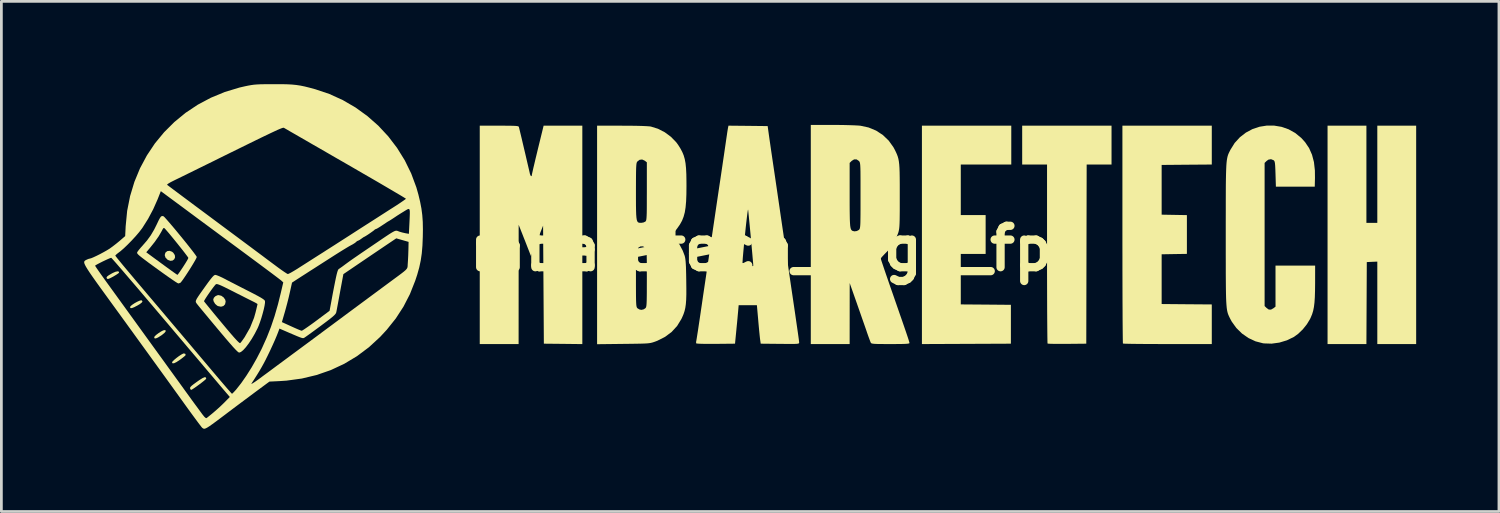
<source format=kicad_pcb>
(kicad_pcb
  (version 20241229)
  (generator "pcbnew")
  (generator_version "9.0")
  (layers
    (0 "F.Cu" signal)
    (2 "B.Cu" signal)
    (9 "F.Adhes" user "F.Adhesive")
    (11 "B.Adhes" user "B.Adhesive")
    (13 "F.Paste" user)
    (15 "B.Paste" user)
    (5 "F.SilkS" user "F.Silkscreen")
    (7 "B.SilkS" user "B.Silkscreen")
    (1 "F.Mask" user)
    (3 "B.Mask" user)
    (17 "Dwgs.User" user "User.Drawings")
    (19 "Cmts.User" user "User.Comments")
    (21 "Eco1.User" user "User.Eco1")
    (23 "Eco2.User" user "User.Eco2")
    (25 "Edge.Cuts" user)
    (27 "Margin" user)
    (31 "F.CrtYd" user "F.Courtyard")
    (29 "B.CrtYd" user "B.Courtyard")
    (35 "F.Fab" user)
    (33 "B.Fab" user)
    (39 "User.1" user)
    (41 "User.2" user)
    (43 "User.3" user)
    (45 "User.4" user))
  (footprint "mbaretech_logo_fp"
    (layer "F.Cu")
    (at 24.529 5.954)
    (property "Reference" "mbaretech_logo_fp" (at 0 0 0) (layer "F.SilkS") (effects (font (size 1.5 1.5) (thickness 0.3))))
    (attr board_only exclude_from_pos_files exclude_from_bom)
    (fp_poly (pts (xy -21.574 2.97) (xy -21.577 3.007) (xy -21.623 3.063) (xy -21.709 3.133) (xy -21.738 3.153) (xy -21.854 3.226) (xy -21.933 3.26) (xy -21.978 3.257) (xy -21.992 3.217) (xy -21.97 3.179) (xy -21.911 3.125) (xy -21.832 3.066) (xy -21.747 3.011) (xy -21.67 2.971) (xy -21.617 2.957)) (stroke (width 0) (type solid)) (fill yes) (layer "F.SilkS"))
    (fp_poly (pts (xy -21.345 0.118) (xy -21.301 0.154) (xy -21.245 0.238) (xy -21.235 0.321) (xy -21.264 0.39) (xy -21.322 0.436) (xy -21.401 0.448) (xy -21.493 0.416) (xy -21.509 0.405) (xy -21.583 0.329) (xy -21.61 0.241) (xy -21.587 0.156) (xy -21.584 0.151) (xy -21.519 0.096) (xy -21.434 0.085)) (stroke (width 0) (type solid)) (fill yes) (layer "F.SilkS"))
    (fp_poly (pts (xy -22.45 1.879) (xy -22.416 1.909) (xy -22.435 1.953) (xy -22.508 2.013) (xy -22.599 2.067) (xy -22.719 2.129) (xy -22.8 2.16) (xy -22.846 2.162) (xy -22.864 2.134) (xy -22.865 2.119) (xy -22.842 2.084) (xy -22.781 2.035) (xy -22.699 1.981) (xy -22.608 1.931) (xy -22.526 1.894) (xy -22.465 1.877)) (stroke (width 0) (type solid)) (fill yes) (layer "F.SilkS"))
    (fp_poly (pts (xy -19.56 1.713) (xy -19.475 1.774) (xy -19.417 1.857) (xy -19.402 1.927) (xy -19.424 2.024) (xy -19.484 2.086) (xy -19.571 2.11) (xy -19.674 2.089) (xy -19.709 2.073) (xy -19.784 2.007) (xy -19.837 1.918) (xy -19.852 1.851) (xy -19.828 1.784) (xy -19.767 1.725) (xy -19.687 1.692) (xy -19.658 1.69)) (stroke (width 0) (type solid)) (fill yes) (layer "F.SilkS"))
    (fp_poly (pts (xy -23.273 0.838) (xy -23.265 0.874) (xy -23.266 0.877) (xy -23.294 0.904) (xy -23.36 0.949) (xy -23.45 1.003) (xy -23.475 1.018) (xy -23.578 1.072) (xy -23.644 1.1) (xy -23.684 1.104) (xy -23.706 1.089) (xy -23.719 1.055) (xy -23.699 1.018) (xy -23.639 0.971) (xy -23.535 0.91) (xy -23.494 0.888) (xy -23.397 0.845) (xy -23.32 0.828)) (stroke (width 0) (type solid)) (fill yes) (layer "F.SilkS"))
    (fp_poly (pts (xy -20.864 3.818) (xy -20.852 3.857) (xy -20.861 3.876) (xy -20.892 3.905) (xy -20.956 3.957) (xy -21.041 4.021) (xy -21.062 4.036) (xy -21.186 4.118) (xy -21.275 4.16) (xy -21.329 4.161) (xy -21.345 4.126) (xy -21.323 4.09) (xy -21.266 4.035) (xy -21.188 3.97) (xy -21.1 3.904) (xy -21.015 3.848) (xy -20.948 3.812) (xy -20.917 3.803)) (stroke (width 0) (type solid)) (fill yes) (layer "F.SilkS"))
    (fp_poly (pts (xy -20.121 4.671) (xy -20.106 4.713) (xy -20.106 4.716) (xy -20.127 4.743) (xy -20.184 4.793) (xy -20.266 4.858) (xy -20.361 4.93) (xy -20.458 5.001) (xy -20.547 5.063) (xy -20.616 5.107) (xy -20.655 5.125) (xy -20.656 5.125) (xy -20.677 5.103) (xy -20.689 5.078) (xy -20.692 5.05) (xy -20.676 5.018) (xy -20.634 4.975) (xy -20.561 4.917) (xy -20.451 4.837) (xy -20.355 4.77) (xy -20.241 4.698) (xy -20.165 4.665)) (stroke (width 0) (type solid)) (fill yes) (layer "F.SilkS"))
    (fp_poly (pts (xy 9.067 -3.745) (xy 9.067 -3.041) (xy 8.152 -3.041) (xy 7.237 -3.041) (xy 7.237 -2.126) (xy 7.237 -1.211) (xy 7.688 -1.211) (xy 8.138 -1.211) (xy 8.138 -0.507) (xy 8.138 0.197) (xy 7.688 0.197) (xy 7.237 0.197) (xy 7.237 1.112) (xy 7.237 2.027) (xy 8.145 2.034) (xy 9.053 2.042) (xy 9.053 2.746) (xy 9.053 3.45) (xy 7.441 3.457) (xy 5.829 3.464) (xy 5.829 -0.493) (xy 5.829 -4.449) (xy 7.448 -4.449) (xy 9.067 -4.449)) (stroke (width 0) (type solid)) (fill yes) (layer "F.SilkS"))
    (fp_poly (pts (xy 21.936 -2.689) (xy 21.936 -0.929) (xy 22.133 -0.929) (xy 22.331 -0.929) (xy 22.331 -2.689) (xy 22.331 -4.449) (xy 23.035 -4.449) (xy 23.739 -4.449) (xy 23.739 -0.493) (xy 23.739 3.464) (xy 23.035 3.464) (xy 22.331 3.464) (xy 22.331 1.97) (xy 22.331 0.476) (xy 22.141 0.484) (xy 21.95 0.493) (xy 21.943 1.978) (xy 21.936 3.464) (xy 21.232 3.464) (xy 20.528 3.464) (xy 20.528 -0.493) (xy 20.528 -4.449) (xy 21.232 -4.449) (xy 21.936 -4.449)) (stroke (width 0) (type solid)) (fill yes) (layer "F.SilkS"))
    (fp_poly (pts (xy 12.7 -3.745) (xy 12.7 -3.041) (xy 12.25 -3.041) (xy 11.799 -3.041) (xy 11.792 0.204) (xy 11.785 3.45) (xy 11.093 3.457) (xy 10.901 3.458) (xy 10.728 3.458) (xy 10.582 3.456) (xy 10.47 3.453) (xy 10.401 3.449) (xy 10.382 3.445) (xy 10.379 3.415) (xy 10.377 3.332) (xy 10.375 3.2) (xy 10.373 3.022) (xy 10.371 2.802) (xy 10.369 2.544) (xy 10.367 2.25) (xy 10.366 1.925) (xy 10.365 1.572) (xy 10.364 1.195) (xy 10.363 0.797) (xy 10.363 0.381) (xy 10.363 0.192) (xy 10.363 -3.041) (xy 9.912 -3.041) (xy 9.462 -3.041) (xy 9.462 -3.745) (xy 9.462 -4.449) (xy 11.081 -4.449) (xy 12.7 -4.449)) (stroke (width 0) (type solid)) (fill yes) (layer "F.SilkS"))
    (fp_poly (pts (xy 16.333 -3.746) (xy 16.333 -3.042) (xy 15.424 -3.035) (xy 14.516 -3.027) (xy 14.516 -2.126) (xy 14.516 -1.225) (xy 14.974 -1.217) (xy 15.431 -1.209) (xy 15.431 -0.507) (xy 15.431 0.196) (xy 14.974 0.203) (xy 14.516 0.211) (xy 14.516 1.112) (xy 14.516 2.013) (xy 15.424 2.021) (xy 16.333 2.028) (xy 16.333 2.746) (xy 16.333 3.464) (xy 14.732 3.464) (xy 14.437 3.463) (xy 14.159 3.462) (xy 13.903 3.461) (xy 13.674 3.459) (xy 13.477 3.457) (xy 13.318 3.454) (xy 13.201 3.451) (xy 13.131 3.447) (xy 13.113 3.445) (xy 13.111 3.415) (xy 13.109 3.332) (xy 13.107 3.199) (xy 13.105 3.02) (xy 13.103 2.796) (xy 13.101 2.533) (xy 13.1 2.233) (xy 13.098 1.898) (xy 13.097 1.533) (xy 13.096 1.141) (xy 13.095 0.724) (xy 13.095 0.287) (xy 13.094 -0.169) (xy 13.094 -0.512) (xy 13.094 -4.449) (xy 14.713 -4.449) (xy 16.333 -4.449)) (stroke (width 0) (type solid)) (fill yes) (layer "F.SilkS"))
    (fp_poly (pts (xy -9.274 -4.449) (xy -9.106 -4.448) (xy -8.981 -4.445) (xy -8.893 -4.441) (xy -8.835 -4.435) (xy -8.8 -4.426) (xy -8.782 -4.414) (xy -8.775 -4.4) (xy -8.765 -4.359) (xy -8.744 -4.272) (xy -8.714 -4.148) (xy -8.677 -3.994) (xy -8.636 -3.819) (xy -8.592 -3.632) (xy -8.547 -3.442) (xy -8.504 -3.256) (xy -8.464 -3.084) (xy -8.429 -2.934) (xy -8.401 -2.815) (xy -8.383 -2.735) (xy -8.378 -2.71) (xy -8.357 -2.649) (xy -8.331 -2.619) (xy -8.312 -2.629) (xy -8.307 -2.66) (xy -8.301 -2.696) (xy -8.282 -2.781) (xy -8.254 -2.906) (xy -8.216 -3.065) (xy -8.172 -3.252) (xy -8.122 -3.458) (xy -8.094 -3.575) (xy -7.88 -4.449) (xy -7.178 -4.449) (xy -6.477 -4.449) (xy -6.477 -0.492) (xy -6.477 3.465) (xy -7.174 3.457) (xy -7.871 3.45) (xy -7.885 1.311) (xy -7.899 -0.827) (xy -8.066 -0.406) (xy -8.128 -0.252) (xy -8.186 -0.106) (xy -8.237 0.02) (xy -8.275 0.112) (xy -8.287 0.141) (xy -8.342 0.268) (xy -8.407 0.099) (xy -8.442 0.01) (xy -8.491 -0.116) (xy -8.549 -0.265) (xy -8.611 -0.42) (xy -8.628 -0.465) (xy -8.784 -0.859) (xy -8.785 1.302) (xy -8.786 3.464) (xy -9.49 3.464) (xy -10.194 3.464) (xy -10.194 -0.493) (xy -10.194 -4.449) (xy -9.492 -4.449)) (stroke (width 0) (type solid)) (fill yes) (layer "F.SilkS"))
    (fp_poly (pts (xy -21.678 -1.175) (xy -21.659 -1.17) (xy -21.629 -1.145) (xy -21.569 -1.081) (xy -21.485 -0.986) (xy -21.382 -0.866) (xy -21.264 -0.727) (xy -21.139 -0.576) (xy -21.01 -0.419) (xy -20.882 -0.262) (xy -20.762 -0.112) (xy -20.655 0.024) (xy -20.564 0.141) (xy -20.497 0.232) (xy -20.457 0.291) (xy -20.449 0.308) (xy -20.462 0.345) (xy -20.5 0.418) (xy -20.559 0.52) (xy -20.632 0.641) (xy -20.713 0.771) (xy -20.797 0.901) (xy -20.878 1.023) (xy -20.949 1.127) (xy -21.006 1.203) (xy -21.041 1.243) (xy -21.044 1.245) (xy -21.102 1.265) (xy -21.12 1.266) (xy -21.153 1.25) (xy -21.225 1.205) (xy -21.33 1.134) (xy -21.462 1.043) (xy -21.615 0.935) (xy -21.783 0.815) (xy -21.824 0.785) (xy -22.036 0.631) (xy -22.206 0.507) (xy -22.339 0.407) (xy -22.44 0.33) (xy -22.513 0.272) (xy -22.562 0.229) (xy -22.592 0.197) (xy -22.607 0.173) (xy -22.612 0.153) (xy -22.612 0.15) (xy -22.606 0.138) (xy -22.279 0.138) (xy -21.961 0.372) (xy -21.725 0.545) (xy -21.532 0.686) (xy -21.38 0.796) (xy -21.268 0.876) (xy -21.194 0.928) (xy -21.154 0.953) (xy -21.148 0.956) (xy -21.128 0.934) (xy -21.084 0.874) (xy -21.022 0.784) (xy -20.949 0.675) (xy -20.944 0.667) (xy -20.871 0.553) (xy -20.81 0.453) (xy -20.769 0.38) (xy -20.754 0.342) (xy -20.754 0.341) (xy -20.771 0.312) (xy -20.818 0.248) (xy -20.889 0.154) (xy -20.978 0.04) (xy -21.08 -0.088) (xy -21.188 -0.223) (xy -21.296 -0.356) (xy -21.399 -0.481) (xy -21.49 -0.59) (xy -21.564 -0.675) (xy -21.6 -0.715) (xy -21.629 -0.741) (xy -21.652 -0.741) (xy -21.679 -0.707) (xy -21.72 -0.63) (xy -21.726 -0.617) (xy -21.83 -0.44) (xy -21.972 -0.237) (xy -22.147 -0.018) (xy -22.155 -0.009) (xy -22.279 0.138) (xy -22.606 0.138) (xy -22.594 0.114) (xy -22.545 0.049) (xy -22.474 -0.036) (xy -22.421 -0.094) (xy -22.254 -0.287) (xy -22.116 -0.476) (xy -21.994 -0.682) (xy -21.892 -0.887) (xy -21.83 -1.018) (xy -21.783 -1.104) (xy -21.747 -1.154) (xy -21.713 -1.175)) (stroke (width 0) (type solid)) (fill yes) (layer "F.SilkS"))
    (fp_poly (pts (xy 18.594 -4.452) (xy 18.859 -4.408) (xy 19.115 -4.319) (xy 19.356 -4.185) (xy 19.576 -4.005) (xy 19.715 -3.851) (xy 19.86 -3.635) (xy 19.965 -3.397) (xy 20.035 -3.13) (xy 20.069 -2.828) (xy 20.072 -2.559) (xy 20.064 -2.239) (xy 19.36 -2.239) (xy 18.656 -2.239) (xy 18.642 -2.699) (xy 18.636 -2.871) (xy 18.63 -2.997) (xy 18.622 -3.083) (xy 18.612 -3.139) (xy 18.597 -3.173) (xy 18.578 -3.195) (xy 18.573 -3.198) (xy 18.48 -3.235) (xy 18.385 -3.219) (xy 18.317 -3.169) (xy 18.247 -3.1) (xy 18.247 -0.507) (xy 18.247 2.086) (xy 18.317 2.155) (xy 18.397 2.213) (xy 18.478 2.216) (xy 18.567 2.166) (xy 18.567 2.166) (xy 18.642 2.108) (xy 18.642 1.364) (xy 18.642 0.62) (xy 19.36 0.62) (xy 20.078 0.62) (xy 20.077 1.26) (xy 20.074 1.539) (xy 20.067 1.769) (xy 20.054 1.961) (xy 20.034 2.121) (xy 20.006 2.26) (xy 19.968 2.384) (xy 19.919 2.502) (xy 19.894 2.556) (xy 19.779 2.746) (xy 19.631 2.931) (xy 19.464 3.092) (xy 19.309 3.205) (xy 19.056 3.328) (xy 18.781 3.411) (xy 18.499 3.449) (xy 18.225 3.44) (xy 18.187 3.435) (xy 17.918 3.365) (xy 17.663 3.246) (xy 17.428 3.083) (xy 17.223 2.882) (xy 17.056 2.65) (xy 17.008 2.562) (xy 16.98 2.507) (xy 16.956 2.456) (xy 16.934 2.407) (xy 16.915 2.355) (xy 16.899 2.297) (xy 16.885 2.229) (xy 16.874 2.147) (xy 16.865 2.048) (xy 16.857 1.928) (xy 16.851 1.783) (xy 16.847 1.609) (xy 16.844 1.404) (xy 16.842 1.163) (xy 16.84 0.882) (xy 16.84 0.559) (xy 16.839 0.188) (xy 16.839 -0.233) (xy 16.839 -0.507) (xy 16.839 -0.959) (xy 16.84 -1.359) (xy 16.84 -1.71) (xy 16.841 -2.016) (xy 16.842 -2.28) (xy 16.845 -2.506) (xy 16.849 -2.698) (xy 16.854 -2.859) (xy 16.86 -2.994) (xy 16.868 -3.105) (xy 16.878 -3.196) (xy 16.891 -3.272) (xy 16.905 -3.336) (xy 16.922 -3.391) (xy 16.942 -3.441) (xy 16.965 -3.49) (xy 16.991 -3.541) (xy 17.007 -3.574) (xy 17.162 -3.823) (xy 17.352 -4.031) (xy 17.569 -4.199) (xy 17.807 -4.326) (xy 18.062 -4.411) (xy 18.326 -4.453)) (stroke (width 0) (type solid)) (fill yes) (layer "F.SilkS"))
    (fp_poly (pts (xy -19.724 0.97) (xy -19.636 1.005) (xy -19.527 1.055) (xy -19.45 1.094) (xy -19.348 1.148) (xy -19.206 1.221) (xy -19.038 1.307) (xy -18.853 1.402) (xy -18.665 1.498) (xy -18.592 1.535) (xy -18.393 1.637) (xy -18.24 1.718) (xy -18.127 1.781) (xy -18.05 1.83) (xy -18.002 1.867) (xy -17.98 1.896) (xy -17.977 1.904) (xy -17.976 1.968) (xy -17.992 2.073) (xy -18.021 2.208) (xy -18.061 2.36) (xy -18.107 2.519) (xy -18.158 2.673) (xy -18.209 2.809) (xy -18.246 2.893) (xy -18.348 3.091) (xy -18.456 3.276) (xy -18.565 3.44) (xy -18.67 3.579) (xy -18.767 3.685) (xy -18.85 3.752) (xy -18.912 3.773) (xy -18.938 3.762) (xy -18.983 3.725) (xy -19.048 3.66) (xy -19.137 3.564) (xy -19.251 3.434) (xy -19.395 3.267) (xy -19.569 3.061) (xy -19.674 2.936) (xy -19.833 2.746) (xy -19.982 2.567) (xy -20.118 2.403) (xy -20.236 2.261) (xy -20.332 2.145) (xy -20.4 2.061) (xy -20.438 2.013) (xy -20.441 2.01) (xy -20.465 1.976) (xy -20.481 1.946) (xy -20.485 1.914) (xy -20.484 1.91) (xy -20.186 1.91) (xy -20.185 1.913) (xy -20.166 1.94) (xy -20.114 2.005) (xy -20.035 2.102) (xy -19.932 2.228) (xy -19.81 2.377) (xy -19.672 2.543) (xy -19.543 2.698) (xy -19.365 2.911) (xy -19.219 3.083) (xy -19.103 3.217) (xy -19.013 3.315) (xy -18.948 3.382) (xy -18.904 3.42) (xy -18.879 3.431) (xy -18.874 3.429) (xy -18.842 3.393) (xy -18.79 3.323) (xy -18.727 3.233) (xy -18.712 3.211) (xy -18.517 2.87) (xy -18.373 2.511) (xy -18.318 2.317) (xy -18.289 2.198) (xy -18.266 2.099) (xy -18.251 2.035) (xy -18.247 2.016) (xy -18.27 1.997) (xy -18.33 1.962) (xy -18.381 1.936) (xy -18.445 1.904) (xy -18.549 1.852) (xy -18.686 1.783) (xy -18.845 1.702) (xy -19.019 1.615) (xy -19.114 1.566) (xy -19.307 1.469) (xy -19.456 1.395) (xy -19.567 1.343) (xy -19.647 1.31) (xy -19.701 1.293) (xy -19.736 1.29) (xy -19.757 1.298) (xy -19.758 1.298) (xy -19.795 1.339) (xy -19.852 1.411) (xy -19.921 1.504) (xy -19.994 1.607) (xy -20.065 1.71) (xy -20.125 1.802) (xy -20.168 1.872) (xy -20.186 1.91) (xy -20.484 1.91) (xy -20.474 1.873) (xy -20.445 1.816) (xy -20.395 1.737) (xy -20.321 1.629) (xy -20.219 1.485) (xy -20.139 1.373) (xy -20.028 1.219) (xy -19.943 1.107) (xy -19.879 1.03) (xy -19.832 0.983) (xy -19.797 0.961) (xy -19.776 0.957)) (stroke (width 0) (type solid)) (fill yes) (layer "F.SilkS"))
    (fp_poly (pts (xy 2.803 -4.476) (xy 3.017 -4.473) (xy 3.214 -4.468) (xy 3.385 -4.462) (xy 3.52 -4.455) (xy 3.602 -4.448) (xy 3.897 -4.384) (xy 4.169 -4.271) (xy 4.412 -4.112) (xy 4.622 -3.912) (xy 4.794 -3.673) (xy 4.851 -3.567) (xy 4.892 -3.482) (xy 4.926 -3.405) (xy 4.954 -3.329) (xy 4.976 -3.249) (xy 4.993 -3.158) (xy 5.006 -3.05) (xy 5.015 -2.92) (xy 5.021 -2.761) (xy 5.024 -2.566) (xy 5.026 -2.331) (xy 5.026 -2.048) (xy 5.026 -1.901) (xy 5.026 -1.612) (xy 5.026 -1.373) (xy 5.024 -1.179) (xy 5.022 -1.023) (xy 5.018 -0.901) (xy 5.013 -0.805) (xy 5.006 -0.731) (xy 4.997 -0.672) (xy 4.986 -0.622) (xy 4.974 -0.577) (xy 4.885 -0.34) (xy 4.774 -0.14) (xy 4.631 0.044) (xy 4.544 0.134) (xy 4.458 0.222) (xy 4.389 0.296) (xy 4.346 0.347) (xy 4.337 0.365) (xy 4.346 0.396) (xy 4.371 0.475) (xy 4.411 0.594) (xy 4.463 0.749) (xy 4.526 0.933) (xy 4.597 1.139) (xy 4.674 1.362) (xy 4.677 1.371) (xy 4.765 1.622) (xy 4.855 1.882) (xy 4.944 2.138) (xy 5.028 2.38) (xy 5.104 2.597) (xy 5.167 2.779) (xy 5.198 2.87) (xy 5.254 3.032) (xy 5.303 3.178) (xy 5.342 3.297) (xy 5.368 3.383) (xy 5.378 3.424) (xy 5.378 3.426) (xy 5.369 3.438) (xy 5.336 3.447) (xy 5.275 3.454) (xy 5.178 3.459) (xy 5.042 3.462) (xy 4.859 3.463) (xy 4.69 3.464) (xy 4.474 3.463) (xy 4.307 3.462) (xy 4.184 3.46) (xy 4.097 3.455) (xy 4.039 3.448) (xy 4.003 3.439) (xy 3.984 3.426) (xy 3.976 3.414) (xy 3.957 3.37) (xy 3.925 3.284) (xy 3.883 3.169) (xy 3.836 3.035) (xy 3.829 3.013) (xy 3.785 2.886) (xy 3.726 2.717) (xy 3.657 2.521) (xy 3.583 2.308) (xy 3.507 2.092) (xy 3.46 1.957) (xy 3.212 1.253) (xy 3.211 2.358) (xy 3.21 3.464) (xy 2.506 3.464) (xy 1.802 3.464) (xy 1.802 -0.507) (xy 1.802 -3.1) (xy 3.21 -3.1) (xy 3.21 -1.942) (xy 3.21 -1.645) (xy 3.211 -1.398) (xy 3.214 -1.198) (xy 3.217 -1.038) (xy 3.223 -0.915) (xy 3.23 -0.821) (xy 3.241 -0.754) (xy 3.254 -0.706) (xy 3.271 -0.674) (xy 3.291 -0.652) (xy 3.306 -0.641) (xy 3.38 -0.62) (xy 3.469 -0.632) (xy 3.544 -0.671) (xy 3.548 -0.676) (xy 3.562 -0.691) (xy 3.573 -0.711) (xy 3.582 -0.741) (xy 3.589 -0.786) (xy 3.595 -0.851) (xy 3.599 -0.941) (xy 3.601 -1.062) (xy 3.603 -1.219) (xy 3.604 -1.418) (xy 3.604 -1.662) (xy 3.604 -1.92) (xy 3.604 -2.21) (xy 3.604 -2.448) (xy 3.603 -2.641) (xy 3.602 -2.793) (xy 3.599 -2.91) (xy 3.595 -2.998) (xy 3.589 -3.06) (xy 3.582 -3.103) (xy 3.572 -3.133) (xy 3.561 -3.153) (xy 3.546 -3.17) (xy 3.543 -3.173) (xy 3.461 -3.228) (xy 3.372 -3.229) (xy 3.284 -3.174) (xy 3.279 -3.169) (xy 3.21 -3.1) (xy 1.802 -3.1) (xy 1.802 -4.477) (xy 2.584 -4.477)) (stroke (width 0) (type solid)) (fill yes) (layer "F.SilkS"))
    (fp_poly (pts (xy -0.471 -4.443) (xy 0.239 -4.435) (xy 0.286 -4.097) (xy 0.305 -3.961) (xy 0.331 -3.784) (xy 0.36 -3.582) (xy 0.391 -3.372) (xy 0.421 -3.168) (xy 0.421 -3.168) (xy 0.491 -2.695) (xy 0.556 -2.254) (xy 0.615 -1.85) (xy 0.668 -1.491) (xy 0.704 -1.239) (xy 0.725 -1.096) (xy 0.752 -0.913) (xy 0.783 -0.702) (xy 0.816 -0.479) (xy 0.848 -0.258) (xy 0.859 -0.183) (xy 0.89 0.025) (xy 0.921 0.233) (xy 0.95 0.428) (xy 0.975 0.598) (xy 0.994 0.73) (xy 1 0.774) (xy 1.016 0.885) (xy 1.039 1.04) (xy 1.066 1.225) (xy 1.096 1.429) (xy 1.127 1.638) (xy 1.141 1.732) (xy 1.194 2.09) (xy 1.239 2.396) (xy 1.276 2.654) (xy 1.307 2.867) (xy 1.332 3.04) (xy 1.351 3.175) (xy 1.365 3.276) (xy 1.374 3.348) (xy 1.379 3.393) (xy 1.38 3.413) (xy 1.377 3.429) (xy 1.364 3.441) (xy 1.334 3.45) (xy 1.282 3.456) (xy 1.2 3.459) (xy 1.081 3.46) (xy 0.921 3.459) (xy 0.711 3.457) (xy 0.683 3.457) (xy -0.013 3.45) (xy -0.032 3.316) (xy -0.041 3.247) (xy -0.053 3.132) (xy -0.068 2.984) (xy -0.084 2.813) (xy -0.1 2.632) (xy -0.101 2.619) (xy -0.151 2.056) (xy -0.481 2.056) (xy -0.812 2.056) (xy -0.831 2.274) (xy -0.841 2.378) (xy -0.854 2.524) (xy -0.87 2.694) (xy -0.888 2.873) (xy -0.897 2.971) (xy -0.944 3.45) (xy -1.639 3.457) (xy -1.847 3.458) (xy -2.027 3.457) (xy -2.174 3.454) (xy -2.28 3.449) (xy -2.339 3.443) (xy -2.349 3.439) (xy -2.356 3.391) (xy -2.352 3.375) (xy -2.345 3.339) (xy -2.331 3.254) (xy -2.311 3.126) (xy -2.285 2.962) (xy -2.256 2.767) (xy -2.223 2.548) (xy -2.188 2.311) (xy -2.184 2.281) (xy -2.144 2.013) (xy -2.104 1.735) (xy -2.063 1.46) (xy -2.024 1.198) (xy -1.989 0.961) (xy -1.96 0.761) (xy -1.943 0.648) (xy -0.676 0.648) (xy -0.479 0.648) (xy -0.382 0.645) (xy -0.311 0.638) (xy -0.282 0.628) (xy -0.282 0.627) (xy -0.284 0.584) (xy -0.291 0.493) (xy -0.303 0.362) (xy -0.317 0.199) (xy -0.334 0.012) (xy -0.352 -0.19) (xy -0.371 -0.4) (xy -0.391 -0.61) (xy -0.41 -0.811) (xy -0.428 -0.996) (xy -0.443 -1.156) (xy -0.456 -1.284) (xy -0.465 -1.371) (xy -0.47 -1.408) (xy -0.476 -1.399) (xy -0.486 -1.342) (xy -0.5 -1.243) (xy -0.516 -1.109) (xy -0.535 -0.948) (xy -0.555 -0.767) (xy -0.575 -0.572) (xy -0.596 -0.372) (xy -0.615 -0.173) (xy -0.633 0.017) (xy -0.649 0.192) (xy -0.662 0.344) (xy -0.67 0.466) (xy -0.674 0.551) (xy -0.674 0.556) (xy -0.676 0.648) (xy -1.943 0.648) (xy -1.912 0.443) (xy -1.881 0.228) (xy -1.85 0.02) (xy -1.823 -0.164) (xy -1.803 -0.296) (xy -1.775 -0.483) (xy -1.741 -0.716) (xy -1.701 -0.984) (xy -1.658 -1.276) (xy -1.613 -1.582) (xy -1.567 -1.892) (xy -1.522 -2.194) (xy -1.479 -2.479) (xy -1.441 -2.735) (xy -1.409 -2.953) (xy -1.406 -2.971) (xy -1.376 -3.177) (xy -1.343 -3.397) (xy -1.312 -3.612) (xy -1.284 -3.803) (xy -1.266 -3.928) (xy -1.244 -4.076) (xy -1.225 -4.208) (xy -1.208 -4.313) (xy -1.197 -4.377) (xy -1.195 -4.386) (xy -1.181 -4.45)) (stroke (width 0) (type solid)) (fill yes) (layer "F.SilkS"))
    (fp_poly (pts (xy -4.769 -4.448) (xy -4.528 -4.445) (xy -4.324 -4.44) (xy -4.162 -4.433) (xy -4.047 -4.425) (xy -3.993 -4.418) (xy -3.736 -4.338) (xy -3.489 -4.211) (xy -3.266 -4.046) (xy -3.077 -3.852) (xy -3.004 -3.753) (xy -2.922 -3.622) (xy -2.856 -3.498) (xy -2.804 -3.373) (xy -2.765 -3.238) (xy -2.737 -3.086) (xy -2.719 -2.907) (xy -2.708 -2.693) (xy -2.704 -2.437) (xy -2.703 -2.271) (xy -2.706 -1.966) (xy -2.716 -1.71) (xy -2.735 -1.493) (xy -2.764 -1.31) (xy -2.807 -1.151) (xy -2.863 -1.008) (xy -2.937 -0.874) (xy -3.029 -0.741) (xy -3.091 -0.66) (xy -3.229 -0.49) (xy -3.108 -0.353) (xy -2.962 -0.154) (xy -2.839 0.077) (xy -2.772 0.253) (xy -2.756 0.311) (xy -2.744 0.381) (xy -2.734 0.47) (xy -2.726 0.586) (xy -2.72 0.736) (xy -2.715 0.928) (xy -2.711 1.168) (xy -2.711 1.169) (xy -2.708 1.445) (xy -2.708 1.673) (xy -2.714 1.861) (xy -2.726 2.018) (xy -2.745 2.15) (xy -2.772 2.267) (xy -2.808 2.376) (xy -2.854 2.485) (xy -2.888 2.557) (xy -3.042 2.808) (xy -3.24 3.024) (xy -3.479 3.203) (xy -3.758 3.344) (xy -3.834 3.373) (xy -3.891 3.393) (xy -3.943 3.409) (xy -3.996 3.422) (xy -4.059 3.432) (xy -4.136 3.44) (xy -4.236 3.445) (xy -4.365 3.449) (xy -4.529 3.452) (xy -4.737 3.455) (xy -4.991 3.458) (xy -5.942 3.469) (xy -5.942 0.054) (xy -4.534 0.054) (xy -4.534 1.083) (xy -4.534 1.351) (xy -4.533 1.569) (xy -4.532 1.741) (xy -4.53 1.874) (xy -4.526 1.974) (xy -4.521 2.046) (xy -4.514 2.095) (xy -4.505 2.128) (xy -4.493 2.15) (xy -4.479 2.167) (xy -4.477 2.168) (xy -4.406 2.211) (xy -4.337 2.225) (xy -4.254 2.206) (xy -4.196 2.168) (xy -4.181 2.152) (xy -4.169 2.13) (xy -4.16 2.099) (xy -4.153 2.051) (xy -4.148 1.981) (xy -4.144 1.884) (xy -4.142 1.754) (xy -4.14 1.586) (xy -4.14 1.373) (xy -4.139 1.111) (xy -4.139 1.07) (xy -4.14 0.8) (xy -4.14 0.581) (xy -4.141 0.407) (xy -4.144 0.272) (xy -4.147 0.171) (xy -4.152 0.098) (xy -4.159 0.047) (xy -4.168 0.013) (xy -4.179 -0.009) (xy -4.194 -0.026) (xy -4.196 -0.028) (xy -4.279 -0.077) (xy -4.371 -0.074) (xy -4.46 -0.02) (xy -4.465 -0.015) (xy -4.534 0.054) (xy -5.942 0.054) (xy -5.942 -0.49) (xy -5.942 -2.073) (xy -4.534 -2.073) (xy -4.534 -1.789) (xy -4.533 -1.557) (xy -4.53 -1.371) (xy -4.525 -1.226) (xy -4.516 -1.116) (xy -4.504 -1.038) (xy -4.486 -0.985) (xy -4.462 -0.953) (xy -4.432 -0.936) (xy -4.394 -0.93) (xy -4.348 -0.929) (xy -4.344 -0.929) (xy -4.261 -0.942) (xy -4.195 -0.973) (xy -4.191 -0.976) (xy -4.178 -0.991) (xy -4.167 -1.013) (xy -4.158 -1.048) (xy -4.152 -1.102) (xy -4.147 -1.179) (xy -4.143 -1.286) (xy -4.141 -1.428) (xy -4.14 -1.611) (xy -4.14 -1.839) (xy -4.139 -2.072) (xy -4.139 -3.122) (xy -4.216 -3.182) (xy -4.309 -3.224) (xy -4.402 -3.213) (xy -4.484 -3.15) (xy -4.497 -3.13) (xy -4.508 -3.103) (xy -4.516 -3.061) (xy -4.522 -2.999) (xy -4.527 -2.912) (xy -4.53 -2.793) (xy -4.532 -2.638) (xy -4.533 -2.44) (xy -4.534 -2.194) (xy -4.534 -2.073) (xy -5.942 -2.073) (xy -5.942 -4.449) (xy -5.042 -4.449)) (stroke (width 0) (type solid)) (fill yes) (layer "F.SilkS"))
    (fp_poly (pts (xy -17.4 -5.954) (xy -17.188 -5.95) (xy -17.007 -5.941) (xy -16.846 -5.925) (xy -16.692 -5.902) (xy -16.533 -5.869) (xy -16.357 -5.825) (xy -16.151 -5.769) (xy -15.642 -5.598) (xy -15.157 -5.377) (xy -14.698 -5.11) (xy -14.269 -4.8) (xy -13.872 -4.451) (xy -13.512 -4.065) (xy -13.191 -3.645) (xy -12.912 -3.195) (xy -12.678 -2.717) (xy -12.492 -2.216) (xy -12.419 -1.96) (xy -12.355 -1.692) (xy -12.308 -1.448) (xy -12.277 -1.211) (xy -12.259 -0.964) (xy -12.254 -0.692) (xy -12.258 -0.422) (xy -12.271 -0.102) (xy -12.295 0.179) (xy -12.333 0.437) (xy -12.387 0.689) (xy -12.46 0.949) (xy -12.533 1.17) (xy -12.725 1.655) (xy -12.959 2.109) (xy -13.237 2.537) (xy -13.564 2.946) (xy -13.806 3.207) (xy -14.209 3.578) (xy -14.642 3.902) (xy -15.104 4.179) (xy -15.592 4.407) (xy -16.105 4.585) (xy -16.64 4.713) (xy -17.195 4.789) (xy -17.447 4.806) (xy -17.816 4.824) (xy -18.349 5.218) (xy -18.54 5.361) (xy -18.755 5.521) (xy -18.975 5.685) (xy -19.184 5.842) (xy -19.365 5.978) (xy -19.369 5.982) (xy -19.578 6.139) (xy -19.746 6.265) (xy -19.88 6.363) (xy -19.983 6.436) (xy -20.061 6.486) (xy -20.119 6.517) (xy -20.162 6.531) (xy -20.194 6.531) (xy -20.22 6.521) (xy -20.246 6.502) (xy -20.252 6.498) (xy -20.279 6.467) (xy -20.334 6.396) (xy -20.413 6.291) (xy -20.513 6.156) (xy -20.629 5.998) (xy -20.757 5.823) (xy -20.854 5.688) (xy -21.016 5.463) (xy -21.195 5.215) (xy -21.38 4.958) (xy -21.562 4.706) (xy -21.732 4.471) (xy -21.879 4.268) (xy -21.89 4.252) (xy -22.042 4.043) (xy -22.208 3.813) (xy -22.38 3.576) (xy -22.546 3.347) (xy -22.695 3.141) (xy -22.777 3.027) (xy -22.902 2.856) (xy -23.025 2.685) (xy -23.141 2.526) (xy -23.241 2.387) (xy -23.32 2.279) (xy -23.349 2.239) (xy -23.584 1.916) (xy -23.787 1.636) (xy -23.962 1.395) (xy -24.109 1.19) (xy -24.23 1.018) (xy -24.328 0.876) (xy -24.404 0.76) (xy -24.46 0.668) (xy -24.484 0.624) (xy -24.133 0.624) (xy -24.117 0.652) (xy -24.073 0.719) (xy -24.005 0.817) (xy -23.919 0.94) (xy -23.819 1.079) (xy -23.788 1.123) (xy -22.819 2.462) (xy -21.982 3.619) (xy -21.822 3.84) (xy -21.651 4.075) (xy -21.479 4.314) (xy -21.312 4.544) (xy -21.159 4.756) (xy -21.028 4.937) (xy -20.984 4.998) (xy -20.865 5.163) (xy -20.75 5.321) (xy -20.647 5.464) (xy -20.56 5.583) (xy -20.497 5.669) (xy -20.472 5.702) (xy -20.397 5.804) (xy -20.311 5.921) (xy -20.249 6.006) (xy -20.177 6.096) (xy -20.124 6.143) (xy -20.097 6.148) (xy -20.063 6.123) (xy -19.996 6.069) (xy -19.907 5.997) (xy -19.838 5.939) (xy -19.716 5.833) (xy -19.585 5.714) (xy -19.468 5.601) (xy -19.432 5.565) (xy -19.251 5.381) (xy -19.391 5.218) (xy -19.428 5.174) (xy -19.499 5.091) (xy -19.601 4.971) (xy -19.731 4.817) (xy -19.888 4.631) (xy -20.069 4.418) (xy -20.27 4.18) (xy -20.49 3.92) (xy -20.727 3.641) (xy -20.976 3.346) (xy -21.237 3.038) (xy -21.505 2.72) (xy -21.526 2.696) (xy -21.792 2.382) (xy -22.049 2.079) (xy -22.293 1.792) (xy -22.522 1.522) (xy -22.735 1.273) (xy -22.928 1.048) (xy -23.099 0.848) (xy -23.246 0.678) (xy -23.367 0.538) (xy -23.459 0.434) (xy -23.52 0.366) (xy -23.547 0.338) (xy -23.548 0.338) (xy -23.587 0.349) (xy -23.661 0.38) (xy -23.757 0.424) (xy -23.862 0.474) (xy -23.965 0.526) (xy -24.053 0.572) (xy -24.113 0.607) (xy -24.133 0.624) (xy -24.484 0.624) (xy -24.498 0.597) (xy -24.521 0.542) (xy -24.529 0.502) (xy -24.525 0.472) (xy -24.51 0.45) (xy -24.487 0.432) (xy -24.458 0.416) (xy -24.444 0.409) (xy -24.375 0.379) (xy -24.323 0.366) (xy -24.322 0.366) (xy -24.274 0.353) (xy -24.188 0.317) (xy -24.077 0.265) (xy -24.065 0.259) (xy -23.401 0.259) (xy -23.383 0.285) (xy -23.333 0.35) (xy -23.254 0.447) (xy -23.151 0.573) (xy -23.027 0.722) (xy -22.887 0.889) (xy -22.734 1.07) (xy -22.718 1.09) (xy -22.229 1.668) (xy -21.774 2.205) (xy -21.351 2.706) (xy -20.957 3.171) (xy -20.592 3.603) (xy -20.252 4.006) (xy -19.934 4.382) (xy -19.895 4.429) (xy -19.738 4.614) (xy -19.593 4.785) (xy -19.463 4.937) (xy -19.352 5.066) (xy -19.264 5.166) (xy -19.204 5.234) (xy -19.174 5.264) (xy -19.172 5.265) (xy -19.147 5.246) (xy -19.095 5.193) (xy -19.028 5.119) (xy -19.015 5.104) (xy -18.852 4.897) (xy -18.469 4.897) (xy -18.464 4.907) (xy -18.421 4.885) (xy -18.343 4.835) (xy -18.236 4.76) (xy -18.176 4.716) (xy -18.043 4.617) (xy -17.878 4.496) (xy -17.698 4.362) (xy -17.516 4.227) (xy -17.36 4.112) (xy -17.18 3.979) (xy -16.981 3.831) (xy -16.779 3.682) (xy -16.591 3.543) (xy -16.464 3.449) (xy -16.314 3.338) (xy -16.133 3.204) (xy -15.934 3.056) (xy -15.731 2.905) (xy -15.537 2.762) (xy -15.477 2.717) (xy -14.829 2.236) (xy -14.156 1.738) (xy -13.488 1.244) (xy -13.297 1.103) (xy -13.146 0.992) (xy -13.03 0.905) (xy -12.944 0.838) (xy -12.884 0.786) (xy -12.845 0.744) (xy -12.822 0.707) (xy -12.811 0.669) (xy -12.807 0.628) (xy -12.805 0.576) (xy -12.802 0.535) (xy -12.794 0.408) (xy -12.786 0.251) (xy -12.781 0.093) (xy -12.779 0.042) (xy -12.773 -0.239) (xy -12.996 -0.303) (xy -13.219 -0.367) (xy -13.53 -0.158) (xy -13.64 -0.084) (xy -13.786 0.015) (xy -13.958 0.131) (xy -14.146 0.258) (xy -14.339 0.389) (xy -14.488 0.49) (xy -15.136 0.93) (xy -15.182 1.176) (xy -15.205 1.3) (xy -15.235 1.46) (xy -15.267 1.635) (xy -15.298 1.805) (xy -15.3 1.816) (xy -15.328 1.967) (xy -15.354 2.106) (xy -15.375 2.219) (xy -15.39 2.294) (xy -15.392 2.305) (xy -15.403 2.339) (xy -15.425 2.375) (xy -15.465 2.419) (xy -15.527 2.475) (xy -15.616 2.547) (xy -15.739 2.642) (xy -15.901 2.763) (xy -15.954 2.803) (xy -16.109 2.917) (xy -16.252 3.022) (xy -16.375 3.111) (xy -16.472 3.18) (xy -16.535 3.224) (xy -16.554 3.236) (xy -16.572 3.245) (xy -16.591 3.249) (xy -16.619 3.247) (xy -16.661 3.236) (xy -16.723 3.214) (xy -16.81 3.179) (xy -16.93 3.128) (xy -17.087 3.061) (xy -17.288 2.974) (xy -17.364 2.941) (xy -17.452 2.903) (xy -17.501 3.035) (xy -17.551 3.162) (xy -17.62 3.325) (xy -17.703 3.51) (xy -17.792 3.703) (xy -17.882 3.889) (xy -17.965 4.056) (xy -18.023 4.166) (xy -18.1 4.305) (xy -18.179 4.44) (xy -18.268 4.585) (xy -18.375 4.754) (xy -18.469 4.897) (xy -18.852 4.897) (xy -18.837 4.878) (xy -18.65 4.609) (xy -18.461 4.31) (xy -18.279 3.99) (xy -18.11 3.663) (xy -18.082 3.604) (xy -17.912 3.226) (xy -17.762 2.845) (xy -17.702 2.668) (xy -17.364 2.668) (xy -17.024 2.823) (xy -16.895 2.881) (xy -16.783 2.93) (xy -16.698 2.965) (xy -16.651 2.981) (xy -16.648 2.982) (xy -16.615 2.967) (xy -16.545 2.922) (xy -16.444 2.853) (xy -16.319 2.765) (xy -16.178 2.663) (xy -16.123 2.622) (xy -15.636 2.259) (xy -15.571 1.911) (xy -15.518 1.623) (xy -15.472 1.386) (xy -15.434 1.195) (xy -15.403 1.045) (xy -15.377 0.932) (xy -15.355 0.85) (xy -15.336 0.795) (xy -15.32 0.762) (xy -15.305 0.746) (xy -15.26 0.716) (xy -15.185 0.663) (xy -15.097 0.598) (xy -15.088 0.591) (xy -15.012 0.535) (xy -14.935 0.479) (xy -14.851 0.419) (xy -14.752 0.35) (xy -14.631 0.267) (xy -14.483 0.165) (xy -14.299 0.04) (xy -14.137 -0.07) (xy -13.912 -0.223) (xy -13.729 -0.348) (xy -13.583 -0.446) (xy -13.468 -0.522) (xy -13.381 -0.576) (xy -13.315 -0.613) (xy -13.266 -0.635) (xy -13.228 -0.644) (xy -13.197 -0.643) (xy -13.168 -0.634) (xy -13.135 -0.621) (xy -13.104 -0.609) (xy -12.999 -0.578) (xy -12.889 -0.553) (xy -12.879 -0.551) (xy -12.762 -0.531) (xy -12.742 -0.934) (xy -12.733 -1.124) (xy -12.728 -1.262) (xy -12.729 -1.356) (xy -12.74 -1.411) (xy -12.762 -1.432) (xy -12.799 -1.426) (xy -12.852 -1.397) (xy -12.925 -1.353) (xy -12.925 -1.352) (xy -13.02 -1.294) (xy -13.099 -1.245) (xy -13.147 -1.214) (xy -13.151 -1.212) (xy -13.196 -1.183) (xy -13.27 -1.133) (xy -13.343 -1.085) (xy -13.422 -1.034) (xy -13.48 -0.998) (xy -13.503 -0.986) (xy -13.529 -0.971) (xy -13.59 -0.931) (xy -13.675 -0.874) (xy -13.719 -0.845) (xy -13.815 -0.782) (xy -13.895 -0.733) (xy -13.947 -0.707) (xy -13.958 -0.704) (xy -13.996 -0.688) (xy -14 -0.682) (xy -14.026 -0.658) (xy -14.085 -0.614) (xy -14.163 -0.559) (xy -14.245 -0.503) (xy -14.319 -0.456) (xy -14.368 -0.427) (xy -14.381 -0.422) (xy -14.409 -0.407) (xy -14.464 -0.368) (xy -14.486 -0.352) (xy -14.55 -0.308) (xy -14.599 -0.283) (xy -14.607 -0.282) (xy -14.647 -0.262) (xy -14.673 -0.237) (xy -14.718 -0.2) (xy -14.794 -0.152) (xy -14.852 -0.121) (xy -14.92 -0.084) (xy -15.024 -0.022) (xy -15.157 0.059) (xy -15.308 0.153) (xy -15.468 0.254) (xy -15.502 0.276) (xy -15.777 0.452) (xy -16.008 0.6) (xy -16.201 0.724) (xy -16.36 0.825) (xy -16.488 0.908) (xy -16.591 0.974) (xy -16.673 1.026) (xy -16.737 1.068) (xy -16.789 1.101) (xy -16.833 1.13) (xy -16.855 1.144) (xy -16.997 1.237) (xy -17.077 1.597) (xy -17.119 1.779) (xy -17.171 1.985) (xy -17.225 2.187) (xy -17.26 2.312) (xy -17.364 2.668) (xy -17.702 2.668) (xy -17.628 2.448) (xy -17.505 2.02) (xy -17.403 1.608) (xy -17.314 1.23) (xy -17.38 1.168) (xy -17.414 1.141) (xy -17.489 1.083) (xy -17.601 0.998) (xy -17.746 0.889) (xy -17.919 0.76) (xy -18.116 0.613) (xy -18.333 0.452) (xy -18.565 0.28) (xy -18.754 0.14) (xy -19.016 -0.054) (xy -19.282 -0.25) (xy -19.546 -0.445) (xy -19.801 -0.634) (xy -20.039 -0.81) (xy -20.256 -0.97) (xy -20.443 -1.108) (xy -20.593 -1.22) (xy -20.641 -1.255) (xy -20.817 -1.386) (xy -20.994 -1.517) (xy -21.163 -1.642) (xy -21.313 -1.753) (xy -21.434 -1.842) (xy -21.485 -1.88) (xy -21.751 -2.077) (xy -21.869 -1.778) (xy -22.026 -1.424) (xy -22.212 -1.074) (xy -22.414 -0.754) (xy -22.439 -0.719) (xy -22.538 -0.59) (xy -22.664 -0.443) (xy -22.807 -0.288) (xy -22.954 -0.138) (xy -23.094 -0.004) (xy -23.217 0.102) (xy -23.267 0.139) (xy -23.339 0.195) (xy -23.387 0.239) (xy -23.401 0.259) (xy -24.065 0.259) (xy -23.953 0.203) (xy -23.826 0.135) (xy -23.709 0.069) (xy -23.613 0.01) (xy -23.599 0.001) (xy -23.496 -0.074) (xy -23.374 -0.168) (xy -23.258 -0.263) (xy -23.238 -0.28) (xy -23.043 -0.448) (xy -23.025 -0.808) (xy -22.971 -1.364) (xy -22.864 -1.9) (xy -22.741 -2.308) (xy -21.524 -2.308) (xy -21.516 -2.301) (xy -21.499 -2.288) (xy -21.47 -2.266) (xy -21.428 -2.234) (xy -21.369 -2.19) (xy -21.292 -2.132) (xy -21.193 -2.058) (xy -21.071 -1.967) (xy -20.923 -1.856) (xy -20.746 -1.725) (xy -20.539 -1.57) (xy -20.298 -1.391) (xy -20.022 -1.186) (xy -19.708 -0.952) (xy -19.353 -0.688) (xy -18.976 -0.408) (xy -18.756 -0.244) (xy -18.53 -0.076) (xy -18.309 0.089) (xy -18.099 0.245) (xy -17.91 0.387) (xy -17.749 0.507) (xy -17.629 0.596) (xy -17.491 0.699) (xy -17.367 0.788) (xy -17.263 0.859) (xy -17.188 0.907) (xy -17.149 0.927) (xy -17.148 0.927) (xy -17.111 0.913) (xy -17.035 0.874) (xy -16.93 0.813) (xy -16.805 0.737) (xy -16.712 0.677) (xy -16.544 0.57) (xy -16.359 0.452) (xy -16.176 0.335) (xy -16.016 0.233) (xy -15.981 0.211) (xy -15.87 0.141) (xy -15.767 0.074) (xy -15.663 0.008) (xy -15.553 -0.062) (xy -15.431 -0.14) (xy -15.291 -0.23) (xy -15.127 -0.335) (xy -14.932 -0.46) (xy -14.701 -0.609) (xy -14.488 -0.746) (xy -14.283 -0.877) (xy -14.061 -1.019) (xy -13.838 -1.162) (xy -13.626 -1.298) (xy -13.441 -1.417) (xy -13.355 -1.471) (xy -13.208 -1.565) (xy -13.08 -1.65) (xy -12.976 -1.721) (xy -12.904 -1.772) (xy -12.87 -1.799) (xy -12.869 -1.802) (xy -12.893 -1.819) (xy -12.962 -1.862) (xy -13.073 -1.929) (xy -13.223 -2.017) (xy -13.408 -2.126) (xy -13.624 -2.253) (xy -13.868 -2.396) (xy -14.137 -2.552) (xy -14.428 -2.72) (xy -14.736 -2.899) (xy -15.058 -3.085) (xy -15.058 -3.085) (xy -15.382 -3.271) (xy -15.692 -3.45) (xy -15.984 -3.619) (xy -16.257 -3.775) (xy -16.505 -3.919) (xy -16.726 -4.046) (xy -16.915 -4.155) (xy -17.07 -4.244) (xy -17.186 -4.312) (xy -17.261 -4.355) (xy -17.29 -4.372) (xy -17.301 -4.375) (xy -17.321 -4.373) (xy -17.35 -4.366) (xy -17.393 -4.35) (xy -17.453 -4.326) (xy -17.532 -4.292) (xy -17.633 -4.245) (xy -17.759 -4.186) (xy -17.914 -4.112) (xy -18.1 -4.023) (xy -18.319 -3.916) (xy -18.576 -3.79) (xy -18.873 -3.644) (xy -19.213 -3.477) (xy -19.599 -3.287) (xy -19.838 -3.168) (xy -20.089 -3.045) (xy -20.333 -2.925) (xy -20.564 -2.811) (xy -20.776 -2.707) (xy -20.961 -2.616) (xy -21.114 -2.541) (xy -21.228 -2.486) (xy -21.284 -2.458) (xy -21.391 -2.404) (xy -21.471 -2.357) (xy -21.518 -2.322) (xy -21.524 -2.308) (xy -22.741 -2.308) (xy -22.708 -2.416) (xy -22.505 -2.907) (xy -22.256 -3.372) (xy -21.965 -3.808) (xy -21.632 -4.212) (xy -21.261 -4.582) (xy -20.854 -4.916) (xy -20.412 -5.21) (xy -19.938 -5.462) (xy -19.435 -5.67) (xy -18.903 -5.831) (xy -18.699 -5.878) (xy -18.583 -5.902) (xy -18.481 -5.92) (xy -18.383 -5.934) (xy -18.278 -5.943) (xy -18.157 -5.949) (xy -18.007 -5.952) (xy -17.819 -5.954) (xy -17.656 -5.954)) (stroke (width 0) (type solid)) (fill yes) (layer "F.SilkS")))
  (gr_rect
    (start -3 -3)
    (end 51.268 15.486)
    (stroke (width 0.1) (type default))
    (fill no)
    (layer "Edge.Cuts")))
</source>
